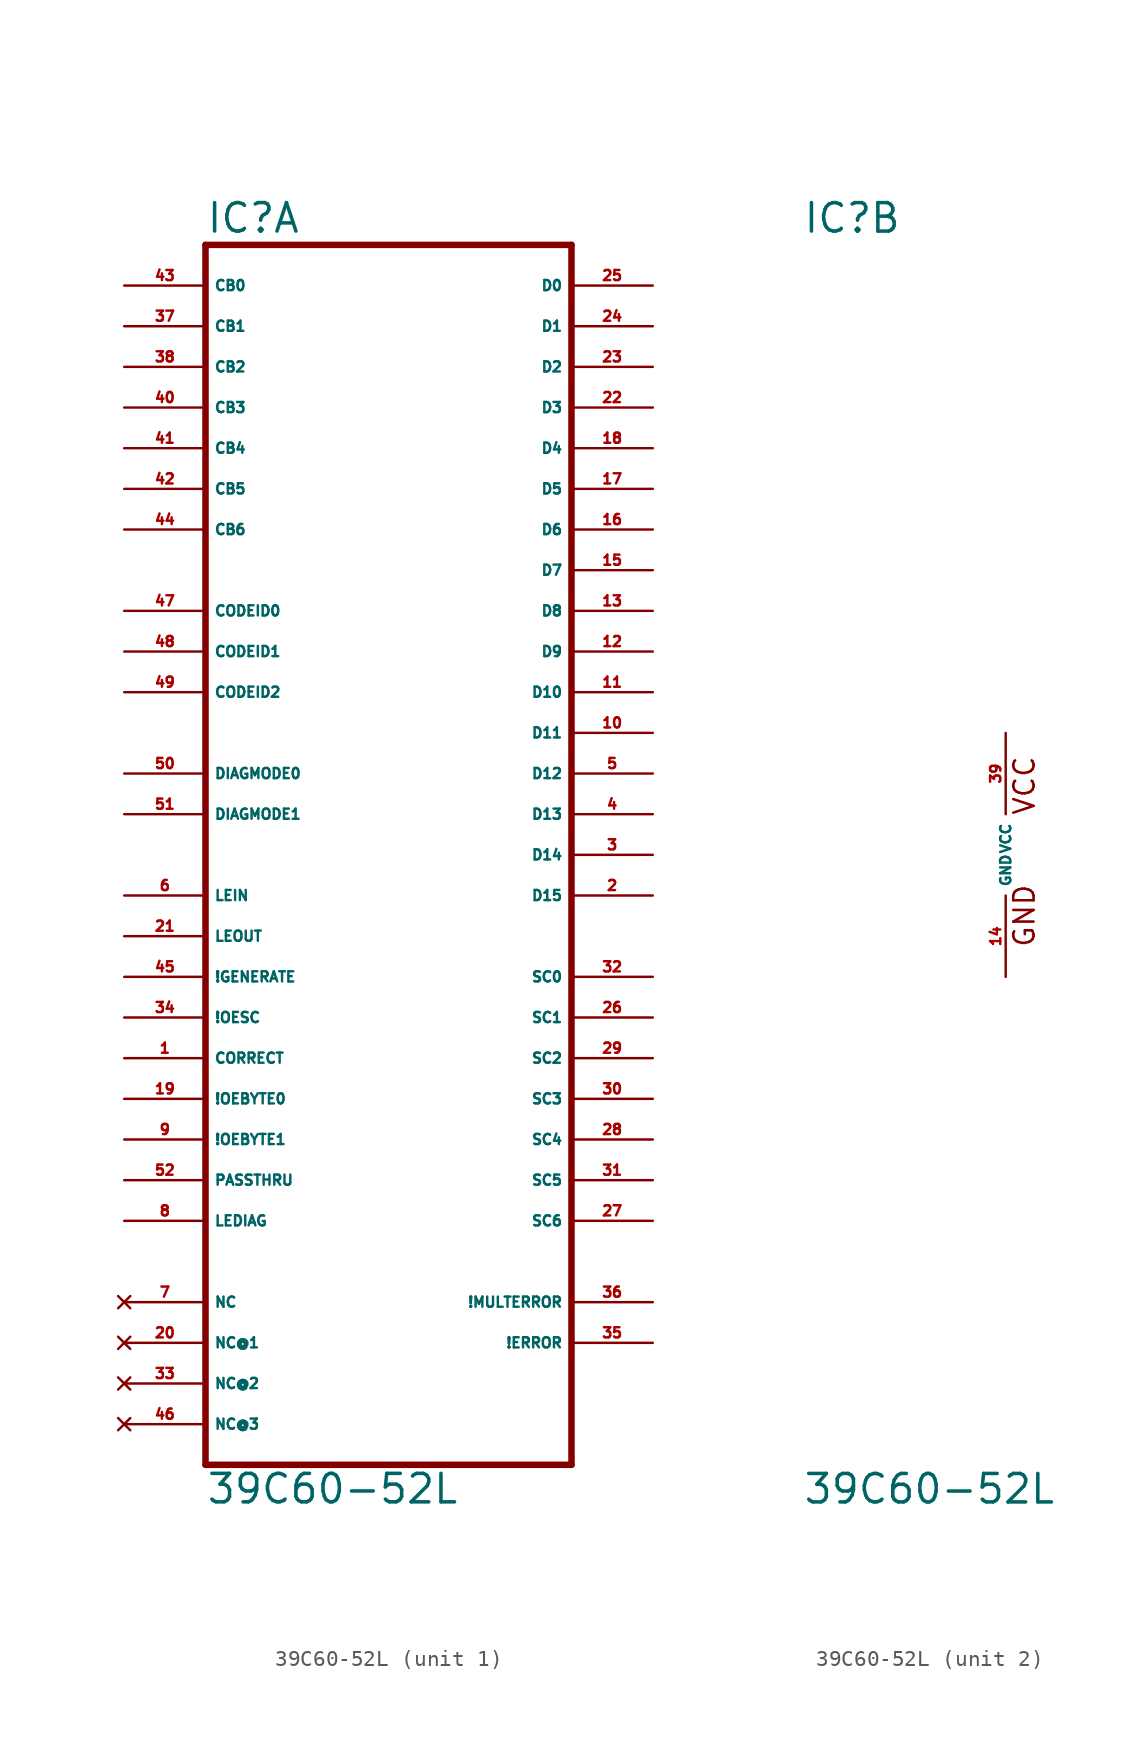
<source format=kicad_sym>
(kicad_symbol_lib
  (version 20220914)
  (generator Eagle2Kicad)
  (symbol "39C60-52L"
    (property "Reference" "IC"
      (at -12.7 38.735 0)
      (effects (font (size 1.778 1.778) (thickness 0.22)) (justify left bottom)))
    (property "Value" "39C60-52L"
      (at -12.7 -40.64 0)
      (effects (font (size 1.778 1.778) (thickness 0.22)) (justify left bottom)))
    (symbol "39C60-52L_1_0"
      (polyline (pts (xy -12.7 -38.1) (xy 10.16 -38.1)) (stroke (width 0.406) (type default)) (fill (type none)))
      (polyline (pts (xy 10.16 -38.1) (xy 10.16 38.1)) (stroke (width 0.406) (type default)) (fill (type none)))
      (polyline (pts (xy 10.16 38.1) (xy -12.7 38.1)) (stroke (width 0.406) (type default)) (fill (type none)))
      (polyline (pts (xy -12.7 38.1) (xy -12.7 -38.1)) (stroke (width 0.406) (type default)) (fill (type none)))
      (pin input line (at -17.78 35.56 0) (length 5.08) (name "CB0" (effects (font (size 0.635 0.635) (thickness 0.08)) (justify left bottom))) (number "43" (effects (font (size 0.635 0.635) (thickness 0.08)) (justify left bottom))))
      (pin input line (at -17.78 33.02 0) (length 5.08) (name "CB1" (effects (font (size 0.635 0.635) (thickness 0.08)) (justify left bottom))) (number "37" (effects (font (size 0.635 0.635) (thickness 0.08)) (justify left bottom))))
      (pin input line (at -17.78 30.48 0) (length 5.08) (name "CB2" (effects (font (size 0.635 0.635) (thickness 0.08)) (justify left bottom))) (number "38" (effects (font (size 0.635 0.635) (thickness 0.08)) (justify left bottom))))
      (pin input line (at -17.78 27.94 0) (length 5.08) (name "CB3" (effects (font (size 0.635 0.635) (thickness 0.08)) (justify left bottom))) (number "40" (effects (font (size 0.635 0.635) (thickness 0.08)) (justify left bottom))))
      (pin input line (at -17.78 25.4 0) (length 5.08) (name "CB4" (effects (font (size 0.635 0.635) (thickness 0.08)) (justify left bottom))) (number "41" (effects (font (size 0.635 0.635) (thickness 0.08)) (justify left bottom))))
      (pin input line (at -17.78 22.86 0) (length 5.08) (name "CB5" (effects (font (size 0.635 0.635) (thickness 0.08)) (justify left bottom))) (number "42" (effects (font (size 0.635 0.635) (thickness 0.08)) (justify left bottom))))
      (pin input line (at -17.78 20.32 0) (length 5.08) (name "CB6" (effects (font (size 0.635 0.635) (thickness 0.08)) (justify left bottom))) (number "44" (effects (font (size 0.635 0.635) (thickness 0.08)) (justify left bottom))))
      (pin input line (at -17.78 15.24 0) (length 5.08) (name "CODEID0" (effects (font (size 0.635 0.635) (thickness 0.08)) (justify left bottom))) (number "47" (effects (font (size 0.635 0.635) (thickness 0.08)) (justify left bottom))))
      (pin input line (at -17.78 12.7 0) (length 5.08) (name "CODEID1" (effects (font (size 0.635 0.635) (thickness 0.08)) (justify left bottom))) (number "48" (effects (font (size 0.635 0.635) (thickness 0.08)) (justify left bottom))))
      (pin input line (at -17.78 10.16 0) (length 5.08) (name "CODEID2" (effects (font (size 0.635 0.635) (thickness 0.08)) (justify left bottom))) (number "49" (effects (font (size 0.635 0.635) (thickness 0.08)) (justify left bottom))))
      (pin input line (at -17.78 5.08 0) (length 5.08) (name "DIAGMODE0" (effects (font (size 0.635 0.635) (thickness 0.08)) (justify left bottom))) (number "50" (effects (font (size 0.635 0.635) (thickness 0.08)) (justify left bottom))))
      (pin input line (at -17.78 2.54 0) (length 5.08) (name "DIAGMODE1" (effects (font (size 0.635 0.635) (thickness 0.08)) (justify left bottom))) (number "51" (effects (font (size 0.635 0.635) (thickness 0.08)) (justify left bottom))))
      (pin input line (at -17.78 -2.54 0) (length 5.08) (name "LEIN" (effects (font (size 0.635 0.635) (thickness 0.08)) (justify left bottom))) (number "6" (effects (font (size 0.635 0.635) (thickness 0.08)) (justify left bottom))))
      (pin input line (at -17.78 -7.62 0) (length 5.08) (name "!GENERATE" (effects (font (size 0.635 0.635) (thickness 0.08)) (justify left bottom))) (number "45" (effects (font (size 0.635 0.635) (thickness 0.08)) (justify left bottom))))
      (pin input line (at -17.78 -10.16 0) (length 5.08) (name "!OESC" (effects (font (size 0.635 0.635) (thickness 0.08)) (justify left bottom))) (number "34" (effects (font (size 0.635 0.635) (thickness 0.08)) (justify left bottom))))
      (pin input line (at -17.78 -12.7 0) (length 5.08) (name "CORRECT" (effects (font (size 0.635 0.635) (thickness 0.08)) (justify left bottom))) (number "1" (effects (font (size 0.635 0.635) (thickness 0.08)) (justify left bottom))))
      (pin input line (at -17.78 -5.08 0) (length 5.08) (name "LEOUT" (effects (font (size 0.635 0.635) (thickness 0.08)) (justify left bottom))) (number "21" (effects (font (size 0.635 0.635) (thickness 0.08)) (justify left bottom))))
      (pin input line (at -17.78 -15.24 0) (length 5.08) (name "!OEBYTE0" (effects (font (size 0.635 0.635) (thickness 0.08)) (justify left bottom))) (number "19" (effects (font (size 0.635 0.635) (thickness 0.08)) (justify left bottom))))
      (pin input line (at -17.78 -17.78 0) (length 5.08) (name "!OEBYTE1" (effects (font (size 0.635 0.635) (thickness 0.08)) (justify left bottom))) (number "9" (effects (font (size 0.635 0.635) (thickness 0.08)) (justify left bottom))))
      (pin input line (at -17.78 -20.32 0) (length 5.08) (name "PASSTHRU" (effects (font (size 0.635 0.635) (thickness 0.08)) (justify left bottom))) (number "52" (effects (font (size 0.635 0.635) (thickness 0.08)) (justify left bottom))))
      (pin input line (at -17.78 -22.86 0) (length 5.08) (name "LEDIAG" (effects (font (size 0.635 0.635) (thickness 0.08)) (justify left bottom))) (number "8" (effects (font (size 0.635 0.635) (thickness 0.08)) (justify left bottom))))
      (pin bidirectional line (at 15.24 35.56 180) (length 5.08) (name "D0" (effects (font (size 0.635 0.635) (thickness 0.08)) (justify left bottom))) (number "25" (effects (font (size 0.635 0.635) (thickness 0.08)) (justify left bottom))))
      (pin bidirectional line (at 15.24 33.02 180) (length 5.08) (name "D1" (effects (font (size 0.635 0.635) (thickness 0.08)) (justify left bottom))) (number "24" (effects (font (size 0.635 0.635) (thickness 0.08)) (justify left bottom))))
      (pin bidirectional line (at 15.24 30.48 180) (length 5.08) (name "D2" (effects (font (size 0.635 0.635) (thickness 0.08)) (justify left bottom))) (number "23" (effects (font (size 0.635 0.635) (thickness 0.08)) (justify left bottom))))
      (pin bidirectional line (at 15.24 27.94 180) (length 5.08) (name "D3" (effects (font (size 0.635 0.635) (thickness 0.08)) (justify left bottom))) (number "22" (effects (font (size 0.635 0.635) (thickness 0.08)) (justify left bottom))))
      (pin bidirectional line (at 15.24 25.4 180) (length 5.08) (name "D4" (effects (font (size 0.635 0.635) (thickness 0.08)) (justify left bottom))) (number "18" (effects (font (size 0.635 0.635) (thickness 0.08)) (justify left bottom))))
      (pin bidirectional line (at 15.24 22.86 180) (length 5.08) (name "D5" (effects (font (size 0.635 0.635) (thickness 0.08)) (justify left bottom))) (number "17" (effects (font (size 0.635 0.635) (thickness 0.08)) (justify left bottom))))
      (pin bidirectional line (at 15.24 20.32 180) (length 5.08) (name "D6" (effects (font (size 0.635 0.635) (thickness 0.08)) (justify left bottom))) (number "16" (effects (font (size 0.635 0.635) (thickness 0.08)) (justify left bottom))))
      (pin bidirectional line (at 15.24 17.78 180) (length 5.08) (name "D7" (effects (font (size 0.635 0.635) (thickness 0.08)) (justify left bottom))) (number "15" (effects (font (size 0.635 0.635) (thickness 0.08)) (justify left bottom))))
      (pin bidirectional line (at 15.24 15.24 180) (length 5.08) (name "D8" (effects (font (size 0.635 0.635) (thickness 0.08)) (justify left bottom))) (number "13" (effects (font (size 0.635 0.635) (thickness 0.08)) (justify left bottom))))
      (pin bidirectional line (at 15.24 12.7 180) (length 5.08) (name "D9" (effects (font (size 0.635 0.635) (thickness 0.08)) (justify left bottom))) (number "12" (effects (font (size 0.635 0.635) (thickness 0.08)) (justify left bottom))))
      (pin bidirectional line (at 15.24 10.16 180) (length 5.08) (name "D10" (effects (font (size 0.635 0.635) (thickness 0.08)) (justify left bottom))) (number "11" (effects (font (size 0.635 0.635) (thickness 0.08)) (justify left bottom))))
      (pin bidirectional line (at 15.24 7.62 180) (length 5.08) (name "D11" (effects (font (size 0.635 0.635) (thickness 0.08)) (justify left bottom))) (number "10" (effects (font (size 0.635 0.635) (thickness 0.08)) (justify left bottom))))
      (pin bidirectional line (at 15.24 5.08 180) (length 5.08) (name "D12" (effects (font (size 0.635 0.635) (thickness 0.08)) (justify left bottom))) (number "5" (effects (font (size 0.635 0.635) (thickness 0.08)) (justify left bottom))))
      (pin bidirectional line (at 15.24 2.54 180) (length 5.08) (name "D13" (effects (font (size 0.635 0.635) (thickness 0.08)) (justify left bottom))) (number "4" (effects (font (size 0.635 0.635) (thickness 0.08)) (justify left bottom))))
      (pin bidirectional line (at 15.24 0 180) (length 5.08) (name "D14" (effects (font (size 0.635 0.635) (thickness 0.08)) (justify left bottom))) (number "3" (effects (font (size 0.635 0.635) (thickness 0.08)) (justify left bottom))))
      (pin bidirectional line (at 15.24 -2.54 180) (length 5.08) (name "D15" (effects (font (size 0.635 0.635) (thickness 0.08)) (justify left bottom))) (number "2" (effects (font (size 0.635 0.635) (thickness 0.08)) (justify left bottom))))
      (pin output line (at 15.24 -7.62 180) (length 5.08) (name "SC0" (effects (font (size 0.635 0.635) (thickness 0.08)) (justify left bottom))) (number "32" (effects (font (size 0.635 0.635) (thickness 0.08)) (justify left bottom))))
      (pin output line (at 15.24 -10.16 180) (length 5.08) (name "SC1" (effects (font (size 0.635 0.635) (thickness 0.08)) (justify left bottom))) (number "26" (effects (font (size 0.635 0.635) (thickness 0.08)) (justify left bottom))))
      (pin output line (at 15.24 -12.7 180) (length 5.08) (name "SC2" (effects (font (size 0.635 0.635) (thickness 0.08)) (justify left bottom))) (number "29" (effects (font (size 0.635 0.635) (thickness 0.08)) (justify left bottom))))
      (pin output line (at 15.24 -15.24 180) (length 5.08) (name "SC3" (effects (font (size 0.635 0.635) (thickness 0.08)) (justify left bottom))) (number "30" (effects (font (size 0.635 0.635) (thickness 0.08)) (justify left bottom))))
      (pin output line (at 15.24 -17.78 180) (length 5.08) (name "SC4" (effects (font (size 0.635 0.635) (thickness 0.08)) (justify left bottom))) (number "28" (effects (font (size 0.635 0.635) (thickness 0.08)) (justify left bottom))))
      (pin output line (at 15.24 -20.32 180) (length 5.08) (name "SC5" (effects (font (size 0.635 0.635) (thickness 0.08)) (justify left bottom))) (number "31" (effects (font (size 0.635 0.635) (thickness 0.08)) (justify left bottom))))
      (pin output line (at 15.24 -22.86 180) (length 5.08) (name "SC6" (effects (font (size 0.635 0.635) (thickness 0.08)) (justify left bottom))) (number "27" (effects (font (size 0.635 0.635) (thickness 0.08)) (justify left bottom))))
      (pin output line (at 15.24 -30.48 180) (length 5.08) (name "!ERROR" (effects (font (size 0.635 0.635) (thickness 0.08)) (justify left bottom))) (number "35" (effects (font (size 0.635 0.635) (thickness 0.08)) (justify left bottom))))
      (pin output line (at 15.24 -27.94 180) (length 5.08) (name "!MULTERROR" (effects (font (size 0.635 0.635) (thickness 0.08)) (justify left bottom))) (number "36" (effects (font (size 0.635 0.635) (thickness 0.08)) (justify left bottom))))
      (pin no_connect line (at -17.78 -27.94 0) (length 5.08) (name "NC" (effects (font (size 0.635 0.635) (thickness 0.08)) (justify left bottom) hide)) (number "7" (effects (font (size 0.635 0.635) (thickness 0.08)) (justify left bottom) hide)))
      (pin no_connect line (at -17.78 -30.48 0) (length 5.08) (name "NC@1" (effects (font (size 0.635 0.635) (thickness 0.08)) (justify left bottom) hide)) (number "20" (effects (font (size 0.635 0.635) (thickness 0.08)) (justify left bottom) hide)))
      (pin no_connect line (at -17.78 -33.02 0) (length 5.08) (name "NC@2" (effects (font (size 0.635 0.635) (thickness 0.08)) (justify left bottom) hide)) (number "33" (effects (font (size 0.635 0.635) (thickness 0.08)) (justify left bottom) hide)))
      (pin no_connect line (at -17.78 -35.56 0) (length 5.08) (name "NC@3" (effects (font (size 0.635 0.635) (thickness 0.08)) (justify left bottom) hide)) (number "46" (effects (font (size 0.635 0.635) (thickness 0.08)) (justify left bottom) hide))))
    (symbol "39C60-52L_2_0"
      (text "GND" (at 1.905 -5.842 900) (effects (font (size 1.27 1.27) (thickness 0.16)) (justify left bottom)))
      (text "VCC" (at 1.905 2.413 900) (effects (font (size 1.27 1.27) (thickness 0.16)) (justify left bottom)))
      (pin unspecified line (at 0 7.62 270) (length 5.08) (name "VCC" (effects (font (size 0.635 0.635) (thickness 0.08)) (justify left bottom))) (number "39" (effects (font (size 0.635 0.635) (thickness 0.08)) (justify left bottom))))
      (pin unspecified line (at 0 -7.62 90) (length 5.08) (name "GND" (effects (font (size 0.635 0.635) (thickness 0.08)) (justify left bottom))) (number "14" (effects (font (size 0.635 0.635) (thickness 0.08)) (justify left bottom)))))))
</source>
